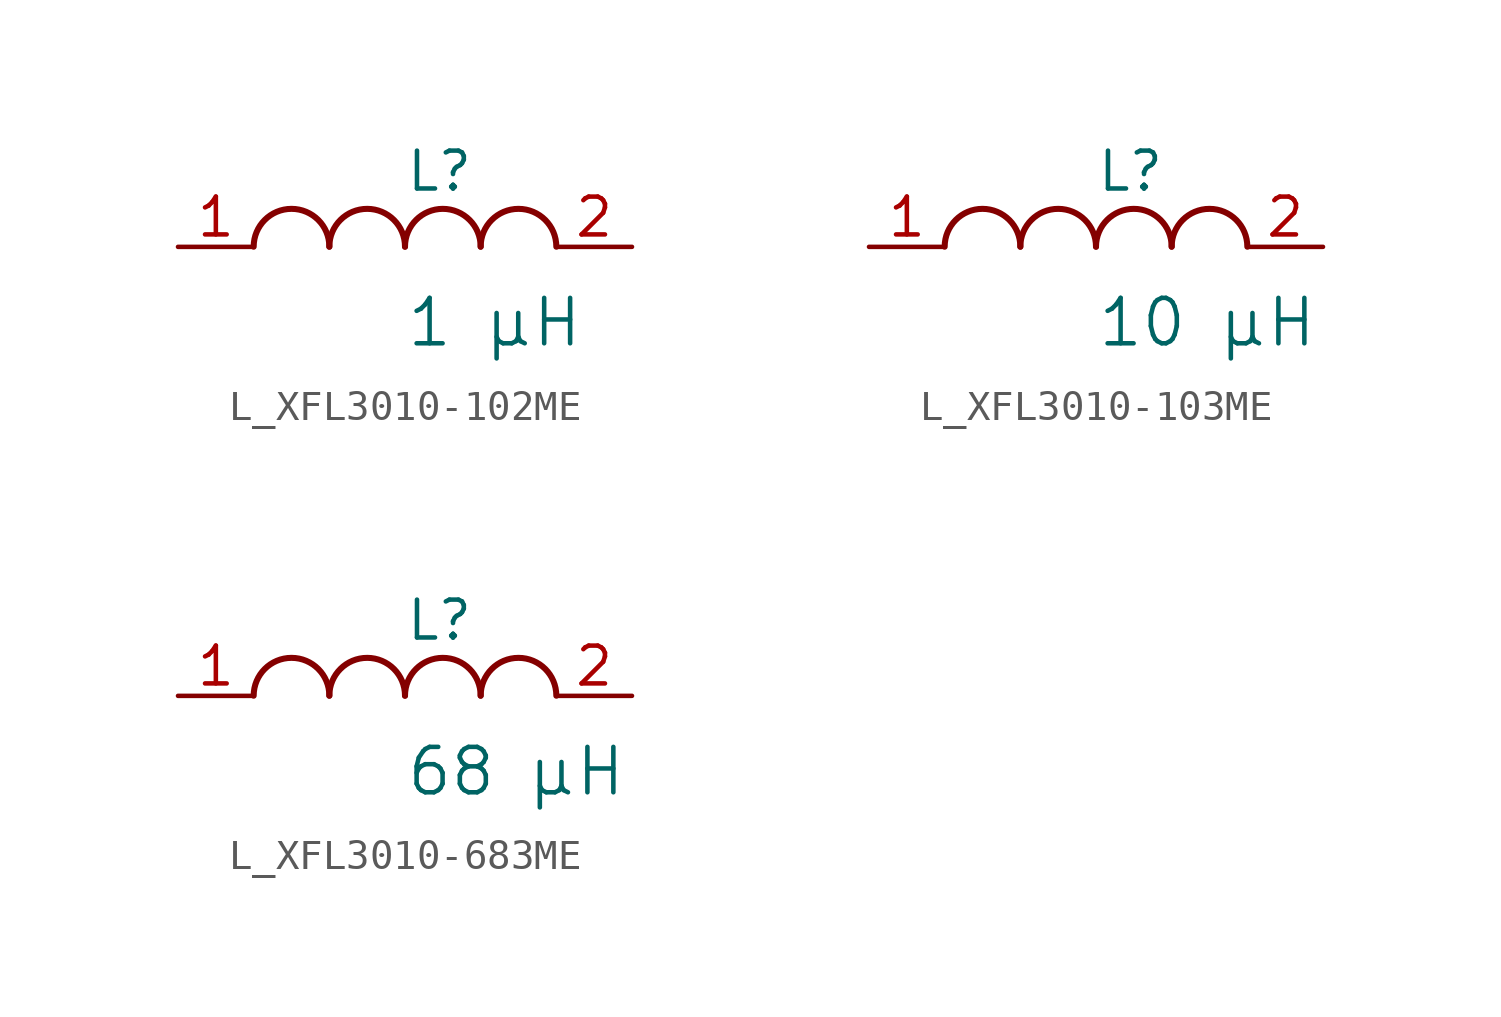
<source format=kicad_sym>
(kicad_symbol_lib
  (version 20231120)
  (generator "kicad_symbol_editor")
  (generator_version "8.0")
  (symbol "L_XFL3010-102ME"
    (pin_names
      (offset 0.254))
    (property "Reference" "L"
      (at 0 2.54 0)
      (effects (font (size 1.27 1.27)) (justify left)))
    (property "Value" "1 µH"
      (at 0 -2.54 0)
      (effects (font (size 1.524 1.524)) (justify left)))
    (symbol "L_XFL3010-102ME_1_1"
      (arc (start -2.54 0.0056) (mid -3.81 1.27) (end -5.08 0.0056) (stroke (width 0.2032) (type default)) (fill (type none)))
      (arc (start 0 0.0056) (mid -1.27 1.27) (end -2.54 0.0056) (stroke (width 0.2032) (type default)) (fill (type none)))
      (arc (start 2.54 0.0056) (mid 1.27 1.27) (end 0 0.0056) (stroke (width 0.2032) (type default)) (fill (type none)))
      (arc (start 5.08 0.0056) (mid 3.81 1.27) (end 2.54 0.0056) (stroke (width 0.2032) (type default)) (fill (type none)))
      (pin unspecified line (at -7.62 0 0) (length 2.54) (name "" (effects (font (size 1.27 1.27)))) (number "1" (effects (font (size 1.27 1.27)))))
      (pin unspecified line (at 7.62 0 180) (length 2.54) (name "" (effects (font (size 1.27 1.27)))) (number "2" (effects (font (size 1.27 1.27)))))))
  (symbol "L_XFL3010-103ME"
    (pin_names
      (offset 0.254))
    (property "Reference" "L"
      (at 0 2.54 0)
      (effects (font (size 1.27 1.27)) (justify left)))
    (property "Value" "10 µH"
      (at 0 -2.54 0)
      (effects (font (size 1.524 1.524)) (justify left)))
    (symbol "L_XFL3010-103ME_1_1"
      (arc (start -2.54 0.0056) (mid -3.81 1.27) (end -5.08 0.0056) (stroke (width 0.2032) (type default)) (fill (type none)))
      (arc (start 0 0.0056) (mid -1.27 1.27) (end -2.54 0.0056) (stroke (width 0.2032) (type default)) (fill (type none)))
      (arc (start 2.54 0.0056) (mid 1.27 1.27) (end 0 0.0056) (stroke (width 0.2032) (type default)) (fill (type none)))
      (arc (start 5.08 0.0056) (mid 3.81 1.27) (end 2.54 0.0056) (stroke (width 0.2032) (type default)) (fill (type none)))
      (pin unspecified line (at -7.62 0 0) (length 2.54) (name "" (effects (font (size 1.27 1.27)))) (number "1" (effects (font (size 1.27 1.27)))))
      (pin unspecified line (at 7.62 0 180) (length 2.54) (name "" (effects (font (size 1.27 1.27)))) (number "2" (effects (font (size 1.27 1.27)))))))
  (symbol "L_XFL3010-683ME"
    (pin_names
      (offset 0.254))
    (property "Reference" "L"
      (at 0 2.54 0)
      (effects (font (size 1.27 1.27)) (justify left)))
    (property "Value" "68 µH"
      (at 0 -2.54 0)
      (effects (font (size 1.524 1.524)) (justify left)))
    (symbol "L_XFL3010-683ME_1_1"
      (arc (start -2.54 0.0056) (mid -3.81 1.27) (end -5.08 0.0056) (stroke (width 0.2032) (type default)) (fill (type none)))
      (arc (start 0 0.0056) (mid -1.27 1.27) (end -2.54 0.0056) (stroke (width 0.2032) (type default)) (fill (type none)))
      (arc (start 2.54 0.0056) (mid 1.27 1.27) (end 0 0.0056) (stroke (width 0.2032) (type default)) (fill (type none)))
      (arc (start 5.08 0.0056) (mid 3.81 1.27) (end 2.54 0.0056) (stroke (width 0.2032) (type default)) (fill (type none)))
      (pin unspecified line (at -7.62 0 0) (length 2.54) (name "" (effects (font (size 1.27 1.27)))) (number "1" (effects (font (size 1.27 1.27)))))
      (pin unspecified line (at 7.62 0 180) (length 2.54) (name "" (effects (font (size 1.27 1.27)))) (number "2" (effects (font (size 1.27 1.27))))))))
</source>
